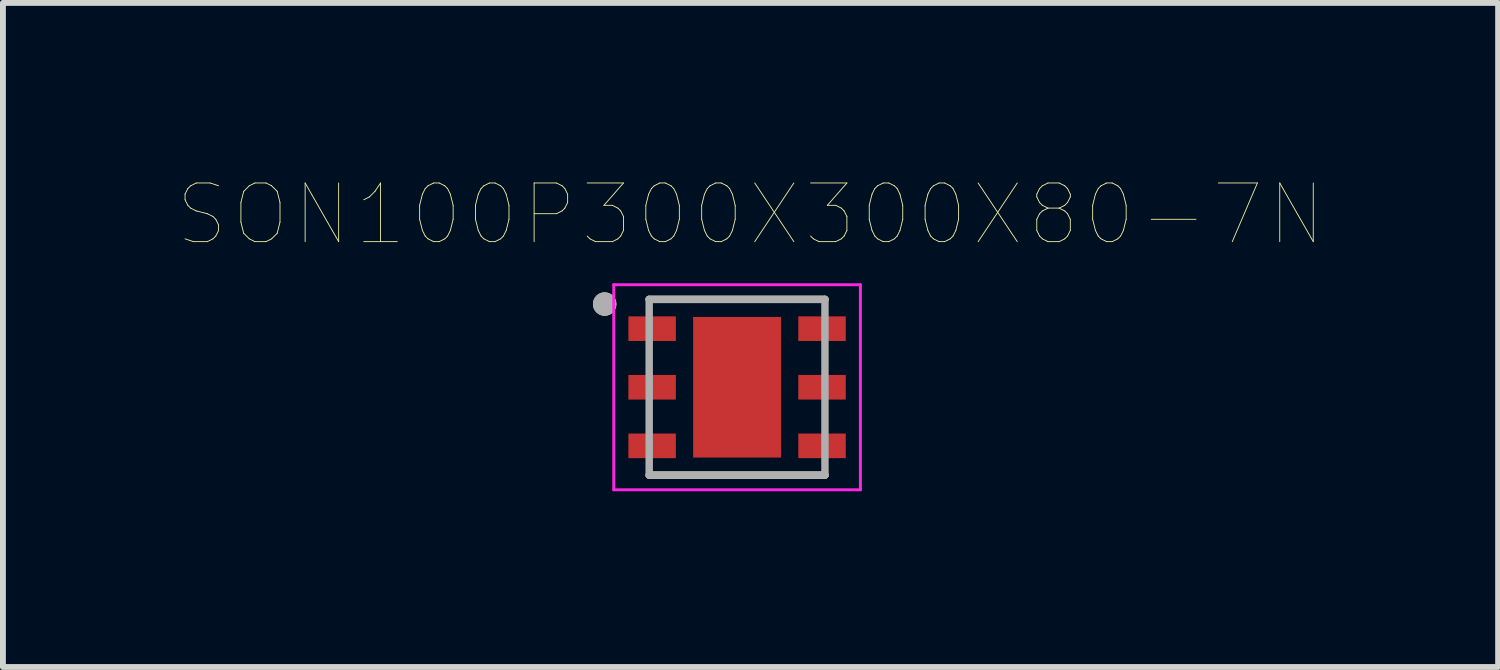
<source format=kicad_pcb>
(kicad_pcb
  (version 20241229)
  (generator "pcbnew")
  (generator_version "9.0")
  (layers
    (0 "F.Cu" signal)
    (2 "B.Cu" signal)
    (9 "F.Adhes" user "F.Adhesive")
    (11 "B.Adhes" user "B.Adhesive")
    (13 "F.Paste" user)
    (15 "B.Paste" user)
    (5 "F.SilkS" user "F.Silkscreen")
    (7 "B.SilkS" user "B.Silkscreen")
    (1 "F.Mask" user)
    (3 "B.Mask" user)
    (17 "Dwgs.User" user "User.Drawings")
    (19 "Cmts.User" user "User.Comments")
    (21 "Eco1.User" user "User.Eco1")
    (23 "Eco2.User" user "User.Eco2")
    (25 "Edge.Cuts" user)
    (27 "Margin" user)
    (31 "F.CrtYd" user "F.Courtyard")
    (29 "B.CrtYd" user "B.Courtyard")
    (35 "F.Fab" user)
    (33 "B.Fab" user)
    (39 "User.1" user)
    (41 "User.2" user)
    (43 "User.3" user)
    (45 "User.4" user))
  (footprint "SON100P300X300X80-7N"
    (layer "F.Cu")
    (at 9.531 3.56)
    (property "Reference" "SON100P300X300X80-7N" (at 0.23 -2.948 0) (layer "F.SilkS") (effects (font (size 1.001 1.001) (thickness 0.015))))
    (attr through_hole)
    (fp_line (start -1.5 -1.5) (end 1.5 -1.5) (stroke (width 0.127) (type solid)) (layer "F.SilkS"))
    (fp_line (start -1.5 1.5) (end 1.5 1.5) (stroke (width 0.127) (type solid)) (layer "F.SilkS"))
    (fp_circle (center -2.26 -1.42) (end -2.16 -1.42) (stroke (width 0.2) (type solid)) (fill no) (layer "F.SilkS"))
    (fp_poly (pts (xy -0.471 -0.76) (xy 0.47 -0.76) (xy 0.47 0.761) (xy -0.471 0.761)) (stroke (width 0.01) (type solid)) (fill yes) (layer "F.Paste"))
    (fp_line (start -2.105 -1.75) (end -2.105 1.75) (stroke (width 0.05) (type solid)) (layer "F.CrtYd"))
    (fp_line (start -2.105 -1.75) (end 2.105 -1.75) (stroke (width 0.05) (type solid)) (layer "F.CrtYd"))
    (fp_line (start -2.105 1.75) (end 2.105 1.75) (stroke (width 0.05) (type solid)) (layer "F.CrtYd"))
    (fp_line (start 2.105 -1.75) (end 2.105 1.75) (stroke (width 0.05) (type solid)) (layer "F.CrtYd"))
    (fp_line (start -1.5 -1.5) (end -1.5 1.5) (stroke (width 0.127) (type solid)) (layer "F.Fab"))
    (fp_line (start -1.5 -1.5) (end 1.5 -1.5) (stroke (width 0.127) (type solid)) (layer "F.Fab"))
    (fp_line (start -1.5 1.5) (end 1.5 1.5) (stroke (width 0.127) (type solid)) (layer "F.Fab"))
    (fp_line (start 1.5 -1.5) (end 1.5 1.5) (stroke (width 0.127) (type solid)) (layer "F.Fab"))
    (fp_circle (center -2.26 -1.42) (end -2.16 -1.42) (stroke (width 0.2) (type solid)) (fill no) (layer "F.Fab"))
    (pad "1" smd rect (at -1.45 -1) (size 0.81 0.42) (layers "F.Cu" "F.Mask" "F.Paste"))
    (pad "2" smd rect (at -1.45 0) (size 0.81 0.42) (layers "F.Cu" "F.Mask" "F.Paste"))
    (pad "3" smd rect (at -1.45 1) (size 0.81 0.42) (layers "F.Cu" "F.Mask" "F.Paste"))
    (pad "4" smd rect (at 1.45 1) (size 0.81 0.42) (layers "F.Cu" "F.Mask" "F.Paste"))
    (pad "5" smd rect (at 1.45 0) (size 0.81 0.42) (layers "F.Cu" "F.Mask" "F.Paste"))
    (pad "6" smd rect (at 1.45 -1) (size 0.81 0.42) (layers "F.Cu" "F.Mask" "F.Paste"))
    (pad "7" smd rect (at 0 0) (size 1.5 2.4) (layers "F.Cu" "F.Mask")))
  (gr_rect
    (start -3 -3)
    (end 22.521 8.335)
    (stroke (width 0.1) (type default))
    (fill no)
    (layer "Edge.Cuts")))
</source>
